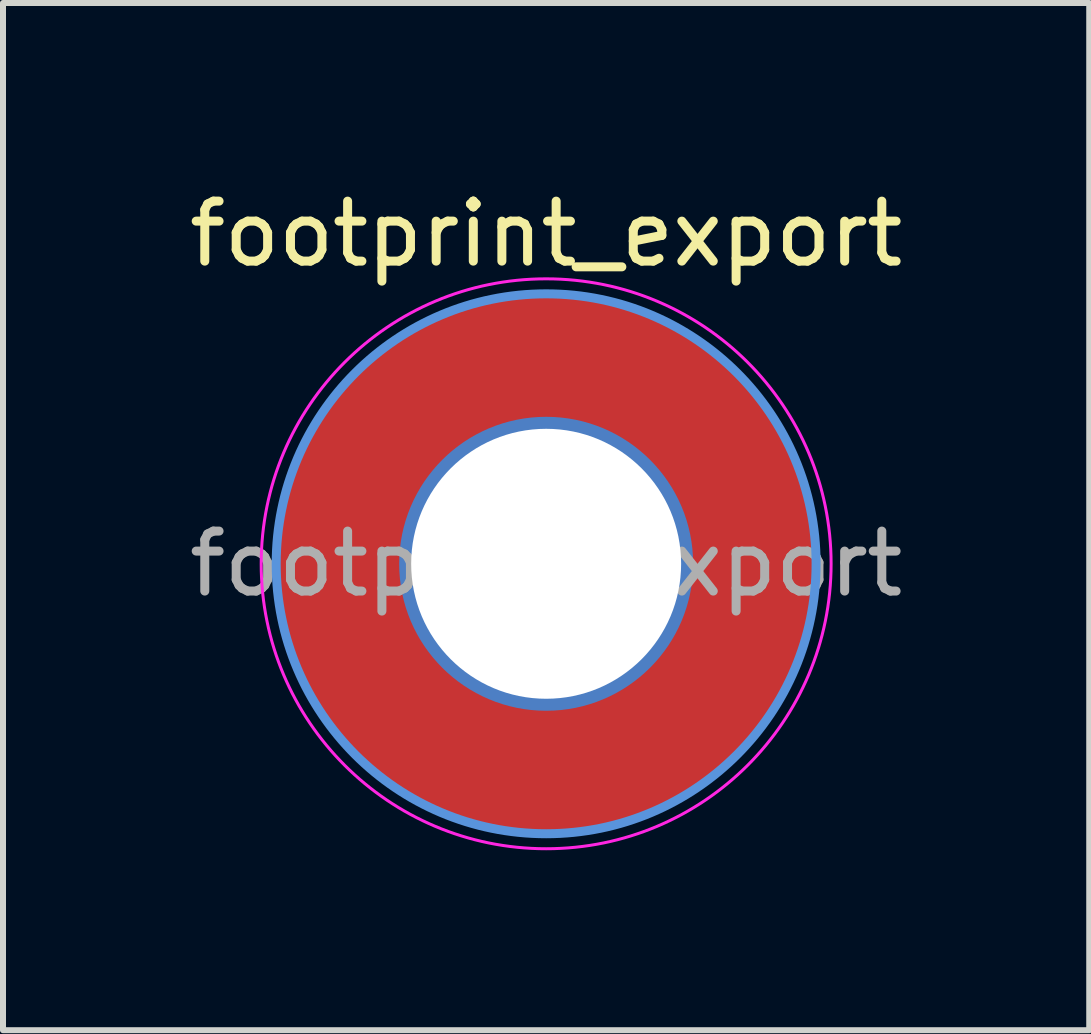
<source format=kicad_pcb>
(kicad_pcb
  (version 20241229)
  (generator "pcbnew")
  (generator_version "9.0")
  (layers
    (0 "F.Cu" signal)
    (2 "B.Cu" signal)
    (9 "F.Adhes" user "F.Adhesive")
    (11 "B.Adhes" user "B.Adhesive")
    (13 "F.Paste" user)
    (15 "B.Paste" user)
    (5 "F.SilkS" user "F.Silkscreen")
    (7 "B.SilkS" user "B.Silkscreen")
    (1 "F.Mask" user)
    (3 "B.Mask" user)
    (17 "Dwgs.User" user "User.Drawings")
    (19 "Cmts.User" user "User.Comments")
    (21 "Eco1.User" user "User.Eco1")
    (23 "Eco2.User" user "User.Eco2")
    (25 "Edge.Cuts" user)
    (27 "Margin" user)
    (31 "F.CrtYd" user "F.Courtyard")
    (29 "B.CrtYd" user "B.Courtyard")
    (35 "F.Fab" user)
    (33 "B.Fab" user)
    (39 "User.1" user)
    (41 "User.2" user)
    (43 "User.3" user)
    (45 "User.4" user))
  (footprint "footprint_export"
    (layer "F.Cu")
    (at 6.054 6.348)
    (property "Reference" "footprint_export" (at 0 -5.5 0) (layer "F.SilkS") (effects (font (size 1 1) (thickness 0.15))))
    (attr exclude_from_pos_files exclude_from_bom)
    (fp_circle (center 0 0) (end 4.5 0) (stroke (width 0.15) (type solid)) (fill no) (layer "Cmts.User"))
    (fp_circle (center 0 0) (end 4.75 0) (stroke (width 0.05) (type solid)) (fill no) (layer "F.CrtYd"))
    (fp_text user "${REFERENCE}" (at 0 0 0) (layer "F.Fab") (effects (font (size 1 1) (thickness 0.15))))
    (pad "1" thru_hole circle (at 0 0) (size 4.9 4.9) (drill 4.5) (layers "*.Cu" "*.Mask"))
    (pad "1" connect circle (at 0 0) (size 9 9) (layers "F.Cu" "F.Mask")))
  (gr_rect
    (start -3 -3)
    (end 15.107 14.123)
    (stroke (width 0.1) (type default))
    (fill no)
    (layer "Edge.Cuts")))
</source>
